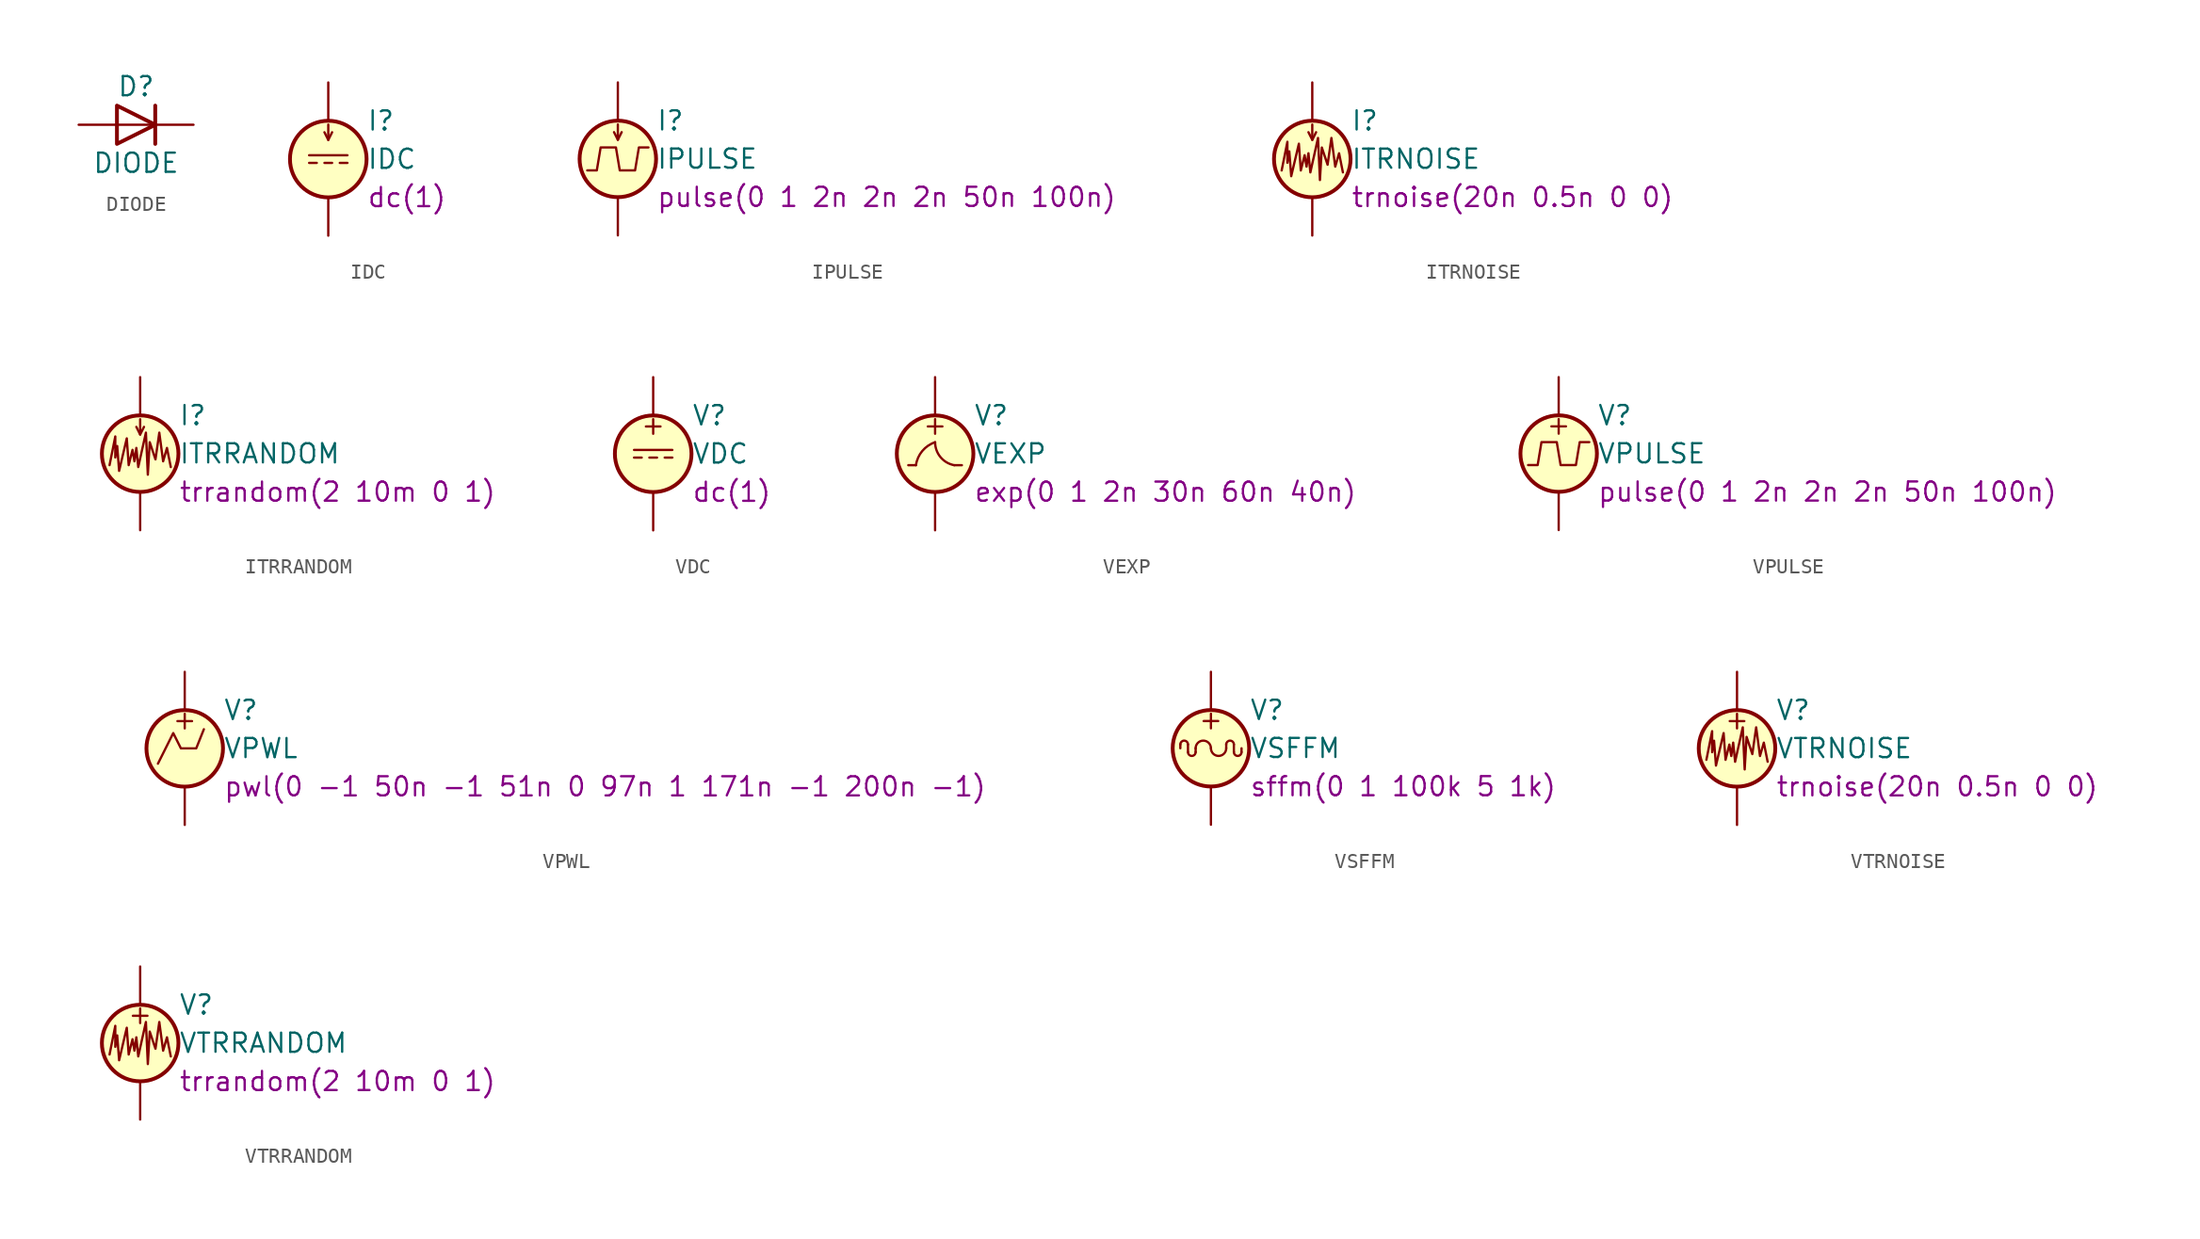
<source format=kicad_sym>
(kicad_symbol_lib
  (version 20211014)
  (generator kicad_symbol_editor)
  (symbol "DIODE"
    (pin_numbers hide)
    (pin_names
      (offset 1.016) hide)
    (property "Reference" "D"
      (at 0 2.54 0)
      (effects (font (size 1.27 1.27))))
    (property "Value" "DIODE"
      (at 0 -2.54 0)
      (effects (font (size 1.27 1.27))))
    (symbol "DIODE_0_1"
      (polyline (pts (xy 1.27 0) (xy -1.27 0)) (stroke (width 0) (type default) (color 0 0 0 0)) (fill (type none)))
      (polyline (pts (xy 1.27 1.27) (xy 1.27 -1.27)) (stroke (width 0.254) (type default) (color 0 0 0 0)) (fill (type none)))
      (polyline (pts (xy -1.27 -1.27) (xy -1.27 1.27) (xy 1.27 0) (xy -1.27 -1.27)) (stroke (width 0.254) (type default) (color 0 0 0 0)) (fill (type none))))
    (symbol "DIODE_1_1"
      (pin passive line (at -3.81 0 0) (length 2.54) (name "A" (effects (font (size 1.27 1.27)))) (number "1" (effects (font (size 1.27 1.27)))))
      (pin passive line (at 3.81 0 180) (length 2.54) (name "K" (effects (font (size 1.27 1.27)))) (number "2" (effects (font (size 1.27 1.27)))))))
  (symbol "IDC"
    (pin_numbers hide)
    (pin_names
      (offset 0.025))
    (property "Reference" "I"
      (at 2.54 2.54 0)
      (effects (font (size 1.27 1.27)) (justify left)))
    (property "Value" "IDC"
      (at 2.54 0 0)
      (effects (font (size 1.27 1.27)) (justify left)))
    (property "Spice_Model" "dc(1)"
      (at 2.54 -2.54 0)
      (effects (font (size 1.27 1.27)) (justify left)))
    (symbol "IDC_0_0"
      (polyline (pts (xy -1.27 0.254) (xy 1.27 0.254)) (stroke (width 0) (type default) (color 0 0 0 0)) (fill (type none)))
      (polyline (pts (xy -0.762 -0.254) (xy -1.27 -0.254)) (stroke (width 0) (type default) (color 0 0 0 0)) (fill (type none)))
      (polyline (pts (xy 0.254 -0.254) (xy -0.254 -0.254)) (stroke (width 0) (type default) (color 0 0 0 0)) (fill (type none)))
      (polyline (pts (xy 1.27 -0.254) (xy 0.762 -0.254)) (stroke (width 0) (type default) (color 0 0 0 0)) (fill (type none))))
    (symbol "IDC_0_1"
      (polyline (pts (xy 0 1.27) (xy 0 2.286)) (stroke (width 0) (type default) (color 0 0 0 0)) (fill (type none)))
      (polyline (pts (xy -0.254 1.778) (xy 0 1.27) (xy 0.254 1.778)) (stroke (width 0) (type default) (color 0 0 0 0)) (fill (type none)))
      (circle (center 0 0) (radius 2.54) (stroke (width 0.254) (type default) (color 0 0 0 0)) (fill (type background))))
    (symbol "IDC_1_1"
      (pin passive line (at 0 5.08 270) (length 2.54) (name "~" (effects (font (size 1.27 1.27)))) (number "1" (effects (font (size 1.27 1.27)))))
      (pin passive line (at 0 -5.08 90) (length 2.54) (name "~" (effects (font (size 1.27 1.27)))) (number "2" (effects (font (size 1.27 1.27)))))))
  (symbol "IPULSE"
    (pin_numbers hide)
    (pin_names
      (offset 0.025))
    (property "Reference" "I"
      (at 2.54 2.54 0)
      (effects (font (size 1.27 1.27)) (justify left)))
    (property "Value" "IPULSE"
      (at 2.54 0 0)
      (effects (font (size 1.27 1.27)) (justify left)))
    (property "Spice_Model" "pulse(0 1 2n 2n 2n 50n 100n)"
      (at 2.54 -2.54 0)
      (effects (font (size 1.27 1.27)) (justify left)))
    (symbol "IPULSE_0_0"
      (polyline (pts (xy -2.032 -0.762) (xy -1.397 -0.762) (xy -1.143 0.762) (xy -0.127 0.762) (xy 0.127 -0.762) (xy 1.143 -0.762) (xy 1.397 0.762) (xy 2.032 0.762)) (stroke (width 0) (type default) (color 0 0 0 0)) (fill (type none))))
    (symbol "IPULSE_0_1"
      (polyline (pts (xy 0 1.27) (xy 0 2.286)) (stroke (width 0) (type default) (color 0 0 0 0)) (fill (type none)))
      (polyline (pts (xy -0.254 1.778) (xy 0 1.27) (xy 0.254 1.778)) (stroke (width 0) (type default) (color 0 0 0 0)) (fill (type none)))
      (circle (center 0 0) (radius 2.54) (stroke (width 0.254) (type default) (color 0 0 0 0)) (fill (type background))))
    (symbol "IPULSE_1_1"
      (pin passive line (at 0 5.08 270) (length 2.54) (name "~" (effects (font (size 1.27 1.27)))) (number "1" (effects (font (size 1.27 1.27)))))
      (pin passive line (at 0 -5.08 90) (length 2.54) (name "~" (effects (font (size 1.27 1.27)))) (number "2" (effects (font (size 1.27 1.27)))))))
  (symbol "ITRNOISE"
    (pin_numbers hide)
    (pin_names
      (offset 0.025))
    (property "Reference" "I"
      (at 2.54 2.54 0)
      (effects (font (size 1.27 1.27)) (justify left)))
    (property "Value" "ITRNOISE"
      (at 2.54 0 0)
      (effects (font (size 1.27 1.27)) (justify left)))
    (property "Spice_Model" "trnoise(20n 0.5n 0 0)"
      (at 2.54 -2.54 0)
      (effects (font (size 1.27 1.27)) (justify left)))
    (symbol "ITRNOISE_0_1"
      (polyline (pts (xy 0 1.27) (xy 0 2.286)) (stroke (width 0) (type default) (color 0 0 0 0)) (fill (type none)))
      (polyline (pts (xy -0.254 1.778) (xy 0 1.27) (xy 0.254 1.778)) (stroke (width 0) (type default) (color 0 0 0 0)) (fill (type none)))
      (polyline (pts (xy -2.032 -0.762) (xy -1.651 1.143) (xy -1.651 -0.254) (xy -1.524 0.508) (xy -1.397 -1.143) (xy -0.889 1.016) (xy -0.762 -0.762) (xy -0.508 0.254) (xy -0.381 -0.508) (xy -0.254 0.381) (xy -0.127 -0.889) (xy 0.381 1.397) (xy 0.508 -1.397) (xy 0.635 0.762) (xy 1.016 -0.381) (xy 1.27 1.397) (xy 1.524 -0.508) (xy 1.778 0.381) (xy 2.032 -0.889)) (stroke (width 0) (type default) (color 0 0 0 0)) (fill (type none)))
      (circle (center 0 0) (radius 2.54) (stroke (width 0.254) (type default) (color 0 0 0 0)) (fill (type background))))
    (symbol "ITRNOISE_1_1"
      (pin passive line (at 0 5.08 270) (length 2.54) (name "~" (effects (font (size 1.27 1.27)))) (number "1" (effects (font (size 1.27 1.27)))))
      (pin passive line (at 0 -5.08 90) (length 2.54) (name "~" (effects (font (size 1.27 1.27)))) (number "2" (effects (font (size 1.27 1.27)))))))
  (symbol "ITRRANDOM"
    (pin_numbers hide)
    (pin_names
      (offset 0.025))
    (property "Reference" "I"
      (at 2.54 2.54 0)
      (effects (font (size 1.27 1.27)) (justify left)))
    (property "Value" "ITRRANDOM"
      (at 2.54 0 0)
      (effects (font (size 1.27 1.27)) (justify left)))
    (property "Spice_Model" "trrandom(2 10m 0 1)"
      (at 2.54 -2.54 0)
      (effects (font (size 1.27 1.27)) (justify left)))
    (symbol "ITRRANDOM_0_1"
      (polyline (pts (xy 0 1.27) (xy 0 2.286)) (stroke (width 0) (type default) (color 0 0 0 0)) (fill (type none)))
      (polyline (pts (xy -0.254 1.778) (xy 0 1.27) (xy 0.254 1.778)) (stroke (width 0) (type default) (color 0 0 0 0)) (fill (type none)))
      (polyline (pts (xy -2.032 -0.762) (xy -1.651 1.143) (xy -1.651 -0.254) (xy -1.524 0.508) (xy -1.397 -1.143) (xy -0.889 1.016) (xy -0.762 -0.762) (xy -0.508 0.254) (xy -0.381 -0.508) (xy -0.254 0.381) (xy -0.127 -0.889) (xy 0.381 1.397) (xy 0.508 -1.397) (xy 0.635 0.762) (xy 1.016 -0.381) (xy 1.27 1.397) (xy 1.524 -0.508) (xy 1.778 0.381) (xy 2.032 -0.889)) (stroke (width 0) (type default) (color 0 0 0 0)) (fill (type none)))
      (circle (center 0 0) (radius 2.54) (stroke (width 0.254) (type default) (color 0 0 0 0)) (fill (type background))))
    (symbol "ITRRANDOM_1_1"
      (pin passive line (at 0 5.08 270) (length 2.54) (name "~" (effects (font (size 1.27 1.27)))) (number "1" (effects (font (size 1.27 1.27)))))
      (pin passive line (at 0 -5.08 90) (length 2.54) (name "~" (effects (font (size 1.27 1.27)))) (number "2" (effects (font (size 1.27 1.27)))))))
  (symbol "VDC"
    (pin_numbers hide)
    (pin_names
      (offset 0.025))
    (property "Reference" "V"
      (at 2.54 2.54 0)
      (effects (font (size 1.27 1.27)) (justify left)))
    (property "Value" "VDC"
      (at 2.54 0 0)
      (effects (font (size 1.27 1.27)) (justify left)))
    (property "Spice_Model" "dc(1)"
      (at 2.54 -2.54 0)
      (effects (font (size 1.27 1.27)) (justify left)))
    (symbol "VDC_0_0"
      (polyline (pts (xy -1.27 0.254) (xy 1.27 0.254)) (stroke (width 0) (type default) (color 0 0 0 0)) (fill (type none)))
      (polyline (pts (xy -0.762 -0.254) (xy -1.27 -0.254)) (stroke (width 0) (type default) (color 0 0 0 0)) (fill (type none)))
      (polyline (pts (xy 0.254 -0.254) (xy -0.254 -0.254)) (stroke (width 0) (type default) (color 0 0 0 0)) (fill (type none)))
      (polyline (pts (xy 1.27 -0.254) (xy 0.762 -0.254)) (stroke (width 0) (type default) (color 0 0 0 0)) (fill (type none)))
      (text "+" (at 0 1.905 0) (effects (font (size 1.27 1.27)))))
    (symbol "VDC_0_1"
      (circle (center 0 0) (radius 2.54) (stroke (width 0.254) (type default) (color 0 0 0 0)) (fill (type background))))
    (symbol "VDC_1_1"
      (pin passive line (at 0 5.08 270) (length 2.54) (name "~" (effects (font (size 1.27 1.27)))) (number "1" (effects (font (size 1.27 1.27)))))
      (pin passive line (at 0 -5.08 90) (length 2.54) (name "~" (effects (font (size 1.27 1.27)))) (number "2" (effects (font (size 1.27 1.27)))))))
  (symbol "VEXP"
    (pin_numbers hide)
    (pin_names
      (offset 0.025))
    (property "Reference" "V"
      (at 2.54 2.54 0)
      (effects (font (size 1.27 1.27)) (justify left)))
    (property "Value" "VEXP"
      (at 2.54 0 0)
      (effects (font (size 1.27 1.27)) (justify left)))
    (property "Spice_Model" "exp(0 1 2n 30n 60n 40n)"
      (at 2.54 -2.54 0)
      (effects (font (size 1.27 1.27)) (justify left)))
    (symbol "VEXP_0_0"
      (polyline (pts (xy -1.27 -0.762) (xy -1.778 -0.762)) (stroke (width 0) (type default) (color 0 0 0 0)) (fill (type none)))
      (polyline (pts (xy 1.27 -0.762) (xy 1.778 -0.762)) (stroke (width 0) (type default) (color 0 0 0 0)) (fill (type none)))
      (arc (start 0 0.762) (mid -0.851 0.1794) (end -1.27 -0.762) (stroke (width 0) (type default) (color 0 0 0 0)) (fill (type none)))
      (arc (start 0 0.762) (mid 0.3591 -0.2299) (end 1.27 -0.762) (stroke (width 0) (type default) (color 0 0 0 0)) (fill (type none)))
      (text "+" (at 0 1.905 0) (effects (font (size 1.27 1.27)))))
    (symbol "VEXP_0_1"
      (circle (center 0 0) (radius 2.54) (stroke (width 0.254) (type default) (color 0 0 0 0)) (fill (type background))))
    (symbol "VEXP_1_1"
      (pin passive line (at 0 5.08 270) (length 2.54) (name "~" (effects (font (size 1.27 1.27)))) (number "1" (effects (font (size 1.27 1.27)))))
      (pin passive line (at 0 -5.08 90) (length 2.54) (name "~" (effects (font (size 1.27 1.27)))) (number "2" (effects (font (size 1.27 1.27)))))))
  (symbol "VPULSE"
    (pin_numbers hide)
    (pin_names
      (offset 0.025))
    (property "Reference" "V"
      (at 2.54 2.54 0)
      (effects (font (size 1.27 1.27)) (justify left)))
    (property "Value" "VPULSE"
      (at 2.54 0 0)
      (effects (font (size 1.27 1.27)) (justify left)))
    (property "Spice_Model" "pulse(0 1 2n 2n 2n 50n 100n)"
      (at 2.54 -2.54 0)
      (effects (font (size 1.27 1.27)) (justify left)))
    (symbol "VPULSE_0_0"
      (polyline (pts (xy -2.032 -0.762) (xy -1.397 -0.762) (xy -1.143 0.762) (xy -0.127 0.762) (xy 0.127 -0.762) (xy 1.143 -0.762) (xy 1.397 0.762) (xy 2.032 0.762)) (stroke (width 0) (type default) (color 0 0 0 0)) (fill (type none)))
      (text "+" (at 0 1.905 0) (effects (font (size 1.27 1.27)))))
    (symbol "VPULSE_0_1"
      (circle (center 0 0) (radius 2.54) (stroke (width 0.254) (type default) (color 0 0 0 0)) (fill (type background))))
    (symbol "VPULSE_1_1"
      (pin passive line (at 0 5.08 270) (length 2.54) (name "~" (effects (font (size 1.27 1.27)))) (number "1" (effects (font (size 1.27 1.27)))))
      (pin passive line (at 0 -5.08 90) (length 2.54) (name "~" (effects (font (size 1.27 1.27)))) (number "2" (effects (font (size 1.27 1.27)))))))
  (symbol "VPWL"
    (pin_numbers hide)
    (pin_names
      (offset 0.025))
    (property "Reference" "V"
      (at 2.54 2.54 0)
      (effects (font (size 1.27 1.27)) (justify left)))
    (property "Value" "VPWL"
      (at 2.54 0 0)
      (effects (font (size 1.27 1.27)) (justify left)))
    (property "Spice_Model" "pwl(0 -1 50n -1 51n 0 97n 1 171n -1 200n -1)"
      (at 2.54 -2.54 0)
      (effects (font (size 1.27 1.27)) (justify left)))
    (symbol "VPWL_0_0"
      (polyline (pts (xy -1.778 -1.016) (xy -0.762 1.016) (xy -0.254 0) (xy 0.762 0) (xy 1.27 1.27)) (stroke (width 0) (type default) (color 0 0 0 0)) (fill (type none)))
      (text "+" (at 0 1.905 0) (effects (font (size 1.27 1.27)))))
    (symbol "VPWL_0_1"
      (circle (center 0 0) (radius 2.54) (stroke (width 0.254) (type default) (color 0 0 0 0)) (fill (type background))))
    (symbol "VPWL_1_1"
      (pin passive line (at 0 5.08 270) (length 2.54) (name "~" (effects (font (size 1.27 1.27)))) (number "1" (effects (font (size 1.27 1.27)))))
      (pin passive line (at 0 -5.08 90) (length 2.54) (name "~" (effects (font (size 1.27 1.27)))) (number "2" (effects (font (size 1.27 1.27)))))))
  (symbol "VSFFM"
    (pin_numbers hide)
    (pin_names
      (offset 0.025))
    (property "Reference" "V"
      (at 2.54 2.54 0)
      (effects (font (size 1.27 1.27)) (justify left)))
    (property "Value" "VSFFM"
      (at 2.54 0 0)
      (effects (font (size 1.27 1.27)) (justify left)))
    (property "Spice_Model" "sffm(0 1 100k 5 1k)"
      (at 2.54 -2.54 0)
      (effects (font (size 1.27 1.27)) (justify left)))
    (symbol "VSFFM_0_0"
      (text "+" (at 0 1.905 0) (effects (font (size 1.27 1.27)))))
    (symbol "VSFFM_0_1"
      (arc (start -1.524 -0.254) (mid -1.27 -0.508) (end -1.016 -0.254) (stroke (width 0) (type default) (color 0 0 0 0)) (fill (type none)))
      (arc (start -1.524 0.254) (mid -1.778 0.508) (end -2.032 0.254) (stroke (width 0) (type default) (color 0 0 0 0)) (fill (type none)))
      (arc (start 0 0) (mid -0.508 0.508) (end -1.016 0) (stroke (width 0) (type default) (color 0 0 0 0)) (fill (type none)))
      (polyline (pts (xy -2.032 0.254) (xy -2.032 0)) (stroke (width 0) (type default) (color 0 0 0 0)) (fill (type none)))
      (polyline (pts (xy -1.524 -0.254) (xy -1.524 0.254)) (stroke (width 0) (type default) (color 0 0 0 0)) (fill (type none)))
      (polyline (pts (xy -1.016 0) (xy -1.016 -0.254)) (stroke (width 0) (type default) (color 0 0 0 0)) (fill (type none)))
      (polyline (pts (xy 1.016 0.254) (xy 1.016 0)) (stroke (width 0) (type default) (color 0 0 0 0)) (fill (type none)))
      (polyline (pts (xy 1.524 0.254) (xy 1.524 -0.254)) (stroke (width 0) (type default) (color 0 0 0 0)) (fill (type none)))
      (polyline (pts (xy 2.032 -0.254) (xy 2.032 0)) (stroke (width 0) (type default) (color 0 0 0 0)) (fill (type none)))
      (arc (start 0 0) (mid 0.508 -0.508) (end 1.016 0) (stroke (width 0) (type default) (color 0 0 0 0)) (fill (type none)))
      (circle (center 0 0) (radius 2.54) (stroke (width 0.254) (type default) (color 0 0 0 0)) (fill (type background)))
      (arc (start 1.524 -0.254) (mid 1.778 -0.508) (end 2.032 -0.254) (stroke (width 0) (type default) (color 0 0 0 0)) (fill (type none)))
      (arc (start 1.524 0.254) (mid 1.27 0.508) (end 1.016 0.254) (stroke (width 0) (type default) (color 0 0 0 0)) (fill (type none))))
    (symbol "VSFFM_1_1"
      (pin passive line (at 0 5.08 270) (length 2.54) (name "~" (effects (font (size 1.27 1.27)))) (number "1" (effects (font (size 1.27 1.27)))))
      (pin passive line (at 0 -5.08 90) (length 2.54) (name "~" (effects (font (size 1.27 1.27)))) (number "2" (effects (font (size 1.27 1.27)))))))
  (symbol "VTRNOISE"
    (pin_numbers hide)
    (pin_names
      (offset 0.025))
    (property "Reference" "V"
      (at 2.54 2.54 0)
      (effects (font (size 1.27 1.27)) (justify left)))
    (property "Value" "VTRNOISE"
      (at 2.54 0 0)
      (effects (font (size 1.27 1.27)) (justify left)))
    (property "Spice_Model" "trnoise(20n 0.5n 0 0)"
      (at 2.54 -2.54 0)
      (effects (font (size 1.27 1.27)) (justify left)))
    (symbol "VTRNOISE_0_0"
      (text "+" (at 0 1.905 0) (effects (font (size 1.27 1.27)))))
    (symbol "VTRNOISE_0_1"
      (polyline (pts (xy -2.032 -0.762) (xy -1.651 1.143) (xy -1.651 -0.254) (xy -1.524 0.508) (xy -1.397 -1.143) (xy -0.889 1.016) (xy -0.762 -0.762) (xy -0.508 0.254) (xy -0.381 -0.508) (xy -0.254 0.381) (xy -0.127 -0.889) (xy 0.381 1.397) (xy 0.508 -1.397) (xy 0.635 0.762) (xy 1.016 -0.381) (xy 1.27 1.397) (xy 1.524 -0.508) (xy 1.778 0.381) (xy 2.032 -0.889)) (stroke (width 0) (type default) (color 0 0 0 0)) (fill (type none)))
      (circle (center 0 0) (radius 2.54) (stroke (width 0.254) (type default) (color 0 0 0 0)) (fill (type background))))
    (symbol "VTRNOISE_1_1"
      (pin passive line (at 0 5.08 270) (length 2.54) (name "~" (effects (font (size 1.27 1.27)))) (number "1" (effects (font (size 1.27 1.27)))))
      (pin passive line (at 0 -5.08 90) (length 2.54) (name "~" (effects (font (size 1.27 1.27)))) (number "2" (effects (font (size 1.27 1.27)))))))
  (symbol "VTRRANDOM"
    (pin_numbers hide)
    (pin_names
      (offset 0.025))
    (property "Reference" "V"
      (at 2.54 2.54 0)
      (effects (font (size 1.27 1.27)) (justify left)))
    (property "Value" "VTRRANDOM"
      (at 2.54 0 0)
      (effects (font (size 1.27 1.27)) (justify left)))
    (property "Spice_Model" "trrandom(2 10m 0 1)"
      (at 2.54 -2.54 0)
      (effects (font (size 1.27 1.27)) (justify left)))
    (symbol "VTRRANDOM_0_0"
      (text "+" (at 0 1.905 0) (effects (font (size 1.27 1.27)))))
    (symbol "VTRRANDOM_0_1"
      (polyline (pts (xy -2.032 -0.762) (xy -1.651 1.143) (xy -1.651 -0.254) (xy -1.524 0.508) (xy -1.397 -1.143) (xy -0.889 1.016) (xy -0.762 -0.762) (xy -0.508 0.254) (xy -0.381 -0.508) (xy -0.254 0.381) (xy -0.127 -0.889) (xy 0.381 1.397) (xy 0.508 -1.397) (xy 0.635 0.762) (xy 1.016 -0.381) (xy 1.27 1.397) (xy 1.524 -0.508) (xy 1.778 0.381) (xy 2.032 -0.889)) (stroke (width 0) (type default) (color 0 0 0 0)) (fill (type none)))
      (circle (center 0 0) (radius 2.54) (stroke (width 0.254) (type default) (color 0 0 0 0)) (fill (type background))))
    (symbol "VTRRANDOM_1_1"
      (pin passive line (at 0 5.08 270) (length 2.54) (name "~" (effects (font (size 1.27 1.27)))) (number "1" (effects (font (size 1.27 1.27)))))
      (pin passive line (at 0 -5.08 90) (length 2.54) (name "~" (effects (font (size 1.27 1.27)))) (number "2" (effects (font (size 1.27 1.27))))))))
</source>
